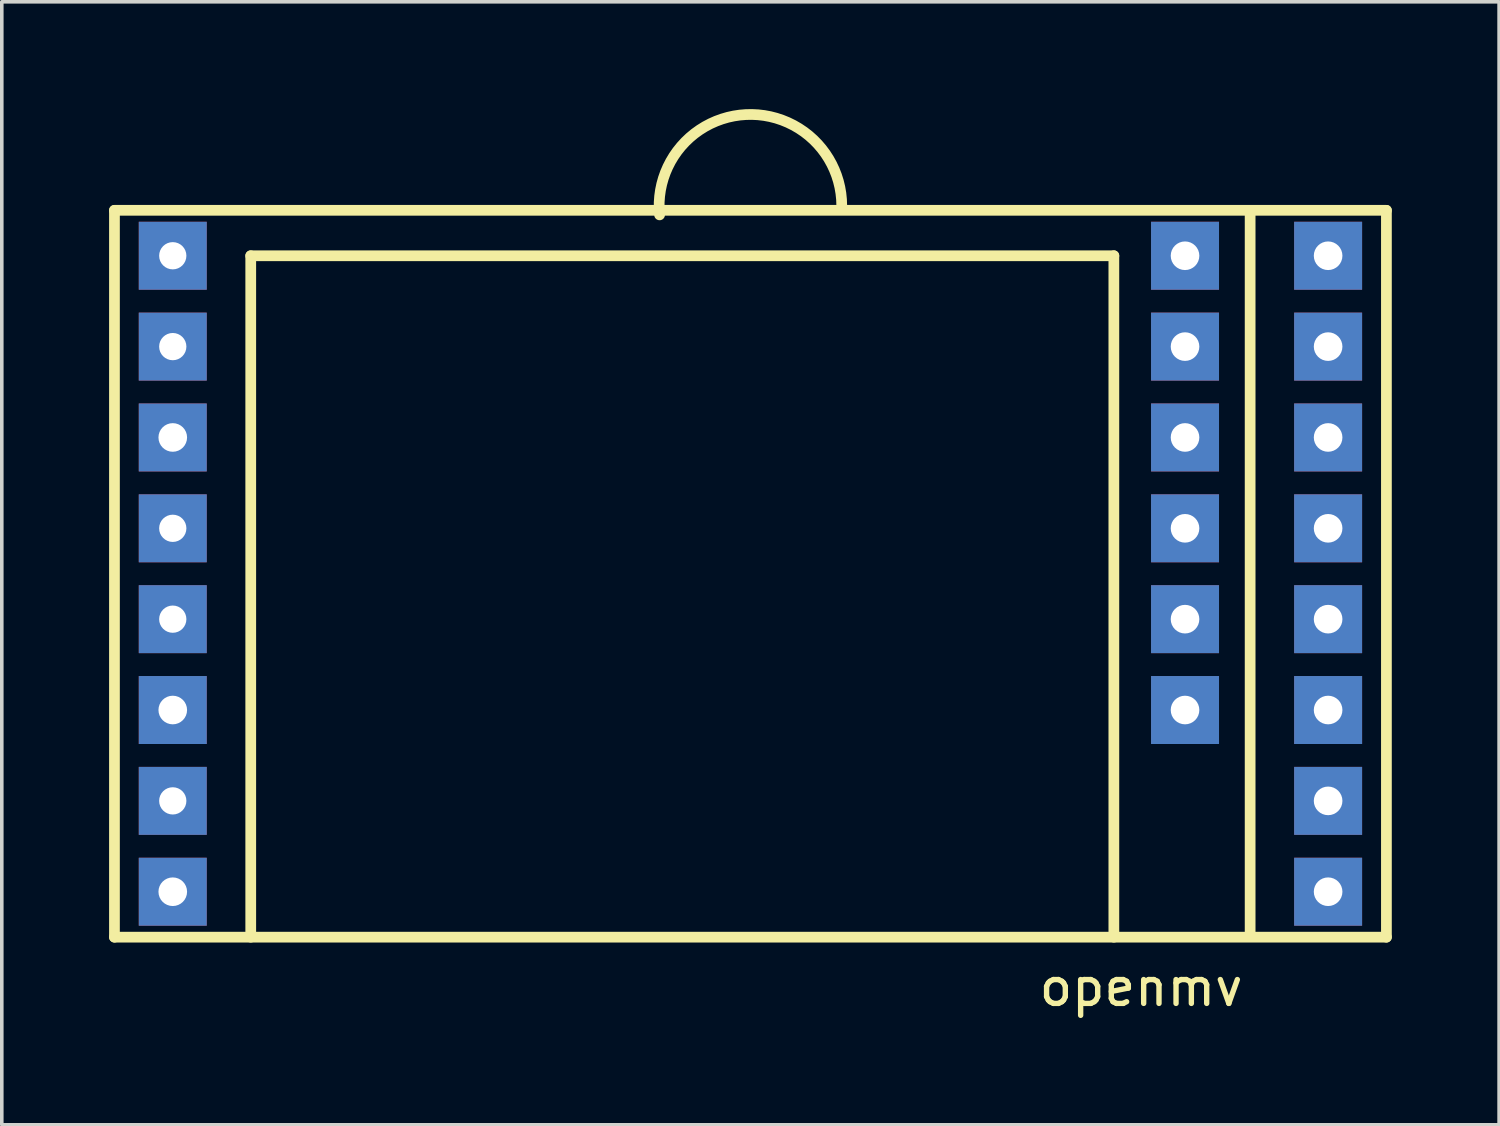
<source format=kicad_pcb>
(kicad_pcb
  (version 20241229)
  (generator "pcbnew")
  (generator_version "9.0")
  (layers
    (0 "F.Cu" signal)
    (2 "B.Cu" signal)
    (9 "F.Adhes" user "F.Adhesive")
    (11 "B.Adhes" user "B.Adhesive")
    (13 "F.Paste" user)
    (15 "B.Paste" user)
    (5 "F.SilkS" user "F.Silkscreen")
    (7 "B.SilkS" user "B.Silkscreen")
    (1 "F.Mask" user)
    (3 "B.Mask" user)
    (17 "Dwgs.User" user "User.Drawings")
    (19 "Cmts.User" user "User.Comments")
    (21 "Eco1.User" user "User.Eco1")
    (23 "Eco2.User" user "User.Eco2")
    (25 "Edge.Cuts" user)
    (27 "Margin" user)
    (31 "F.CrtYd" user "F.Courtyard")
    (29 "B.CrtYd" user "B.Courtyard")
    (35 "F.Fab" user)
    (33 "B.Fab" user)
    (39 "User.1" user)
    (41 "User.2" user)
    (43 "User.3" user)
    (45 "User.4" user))
  (footprint "openmv"
    (layer "F.Cu")
    (at 17.93 12.99)
    (property "Reference" "openmv" (at 10.922 11.557 0) (layer "F.SilkS") (effects (font (size 1 1) (thickness 0.15))))
    (attr through_hole)
    (fp_line (start -17.78 -10.16) (end 17.78 -10.16) (stroke (width 0.3) (type solid)) (layer "F.SilkS"))
    (fp_line (start -17.78 10.16) (end -17.78 -10.16) (stroke (width 0.3) (type solid)) (layer "F.SilkS"))
    (fp_line (start -13.97 -8.89) (end -13.97 10.16) (stroke (width 0.3) (type solid)) (layer "F.SilkS"))
    (fp_line (start -13.97 -8.89) (end 10.16 -8.89) (stroke (width 0.3) (type solid)) (layer "F.SilkS"))
    (fp_line (start 10.16 -8.89) (end 10.16 10.16) (stroke (width 0.3) (type solid)) (layer "F.SilkS"))
    (fp_line (start 13.97 -10.16) (end 13.97 10.033) (stroke (width 0.3) (type solid)) (layer "F.SilkS"))
    (fp_line (start 17.78 -10.16) (end 17.78 10.16) (stroke (width 0.3) (type solid)) (layer "F.SilkS"))
    (fp_line (start 17.78 10.16) (end -17.78 10.16) (stroke (width 0.3) (type solid)) (layer "F.SilkS"))
    (fp_arc (start -2.54 -10.033) (mid -0.127158 -12.836499) (end 2.552668 -10.287) (stroke (width 0.3) (type solid)) (layer "F.SilkS"))
    (pad "1" thru_hole rect (at -16.15 -8.89) (size 1.9 1.9) (drill 0.762) (layers "*.Cu" "*.Mask"))
    (pad "2" thru_hole rect (at -16.15 -6.35) (size 1.9 1.9) (drill 0.762) (layers "*.Cu" "*.Mask"))
    (pad "3" thru_hole rect (at -16.15 -3.81) (size 1.9 1.9) (drill 0.8) (layers "*.Cu" "*.Mask"))
    (pad "4" thru_hole rect (at -16.15 -1.27) (size 1.9 1.9) (drill 0.762) (layers "*.Cu" "*.Mask"))
    (pad "5" thru_hole rect (at -16.15 1.27) (size 1.9 1.9) (drill 0.762) (layers "*.Cu" "*.Mask"))
    (pad "6" thru_hole rect (at -16.15 3.81) (size 1.9 1.9) (drill 0.8) (layers "*.Cu" "*.Mask"))
    (pad "7" thru_hole rect (at -16.15 6.35) (size 1.9 1.9) (drill 0.762) (layers "*.Cu" "*.Mask"))
    (pad "8" thru_hole rect (at -16.15 8.89) (size 1.9 1.9) (drill 0.8) (layers "*.Cu" "*.Mask"))
    (pad "9" thru_hole rect (at 12.15 3.81) (size 1.9 1.9) (drill 0.8) (layers "*.Cu" "*.Mask"))
    (pad "10" thru_hole rect (at 12.15 1.27) (size 1.9 1.9) (drill 0.8) (layers "*.Cu" "*.Mask"))
    (pad "11" thru_hole rect (at 12.15 -1.27) (size 1.9 1.9) (drill 0.8) (layers "*.Cu" "*.Mask"))
    (pad "12" thru_hole rect (at 12.15 -3.81) (size 1.9 1.9) (drill 0.8) (layers "*.Cu" "*.Mask"))
    (pad "13" thru_hole rect (at 12.15 -6.35) (size 1.9 1.9) (drill 0.8) (layers "*.Cu" "*.Mask"))
    (pad "14" thru_hole rect (at 12.15 -8.89) (size 1.9 1.9) (drill 0.8) (layers "*.Cu" "*.Mask"))
    (pad "15" thru_hole rect (at 16.15 -8.89) (size 1.9 1.9) (drill 0.8) (layers "*.Cu" "*.Mask"))
    (pad "16" thru_hole rect (at 16.15 -6.35) (size 1.9 1.9) (drill 0.8) (layers "*.Cu" "*.Mask"))
    (pad "17" thru_hole rect (at 16.15 -3.81) (size 1.9 1.9) (drill 0.8) (layers "*.Cu" "*.Mask"))
    (pad "18" thru_hole rect (at 16.15 -1.27) (size 1.9 1.9) (drill 0.8) (layers "*.Cu" "*.Mask"))
    (pad "19" thru_hole rect (at 16.15 1.27) (size 1.9 1.9) (drill 0.8) (layers "*.Cu" "*.Mask"))
    (pad "20" thru_hole rect (at 16.15 3.81) (size 1.9 1.9) (drill 0.8) (layers "*.Cu" "*.Mask"))
    (pad "21" thru_hole rect (at 16.15 6.35) (size 1.9 1.9) (drill 0.8) (layers "*.Cu" "*.Mask"))
    (pad "22" thru_hole rect (at 16.15 8.89) (size 1.9 1.9) (drill 0.8) (layers "*.Cu" "*.Mask")))
  (gr_rect
    (start -3 -3)
    (end 38.86 28.395)
    (stroke (width 0.1) (type default))
    (fill no)
    (layer "Edge.Cuts")))
</source>
